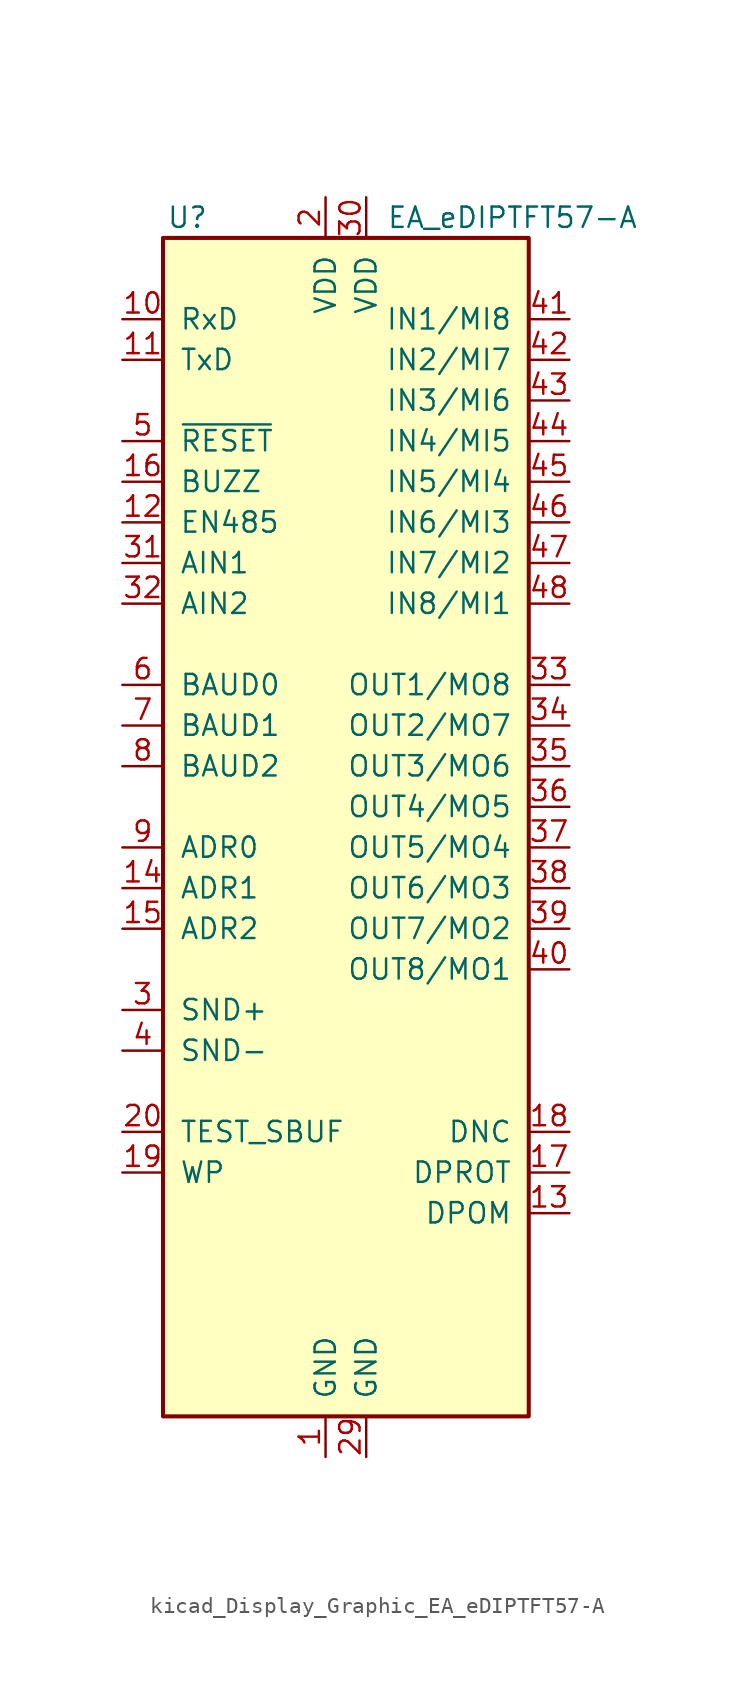
<source format=kicad_sym>
(kicad_symbol_lib
  (version 20220914)
  (generator kicad_symbol_editor)
  (symbol "kicad_Display_Graphic_EA_eDIPTFT57-A"
    (pin_names
      (offset 1.016))
    (property "Reference" "U"
      (at -8.636 36.83 0)
      (effects (font (size 1.27 1.27))))
    (property "Value" "EA_eDIPTFT57-A"
      (at 3.81 36.83 0)
      (effects (font (size 1.27 1.27)) (justify left)))
    (symbol "kicad_Display_Graphic_EA_eDIPTFT57-A_0_1"
      (rectangle (start -10.16 35.56) (end 12.7 -38.1) (stroke (width 0.254) (type default)) (fill (type background))))
    (symbol "kicad_Display_Graphic_EA_eDIPTFT57-A_1_1"
      (pin power_in line (at 0 -40.64 90) (length 2.54) (name "GND" (effects (font (size 1.27 1.27)))) (number "1" (effects (font (size 1.27 1.27)))))
      (pin input line (at -12.7 30.48 0) (length 2.54) (name "RxD" (effects (font (size 1.27 1.27)))) (number "10" (effects (font (size 1.27 1.27)))))
      (pin output line (at -12.7 27.94 0) (length 2.54) (name "TxD" (effects (font (size 1.27 1.27)))) (number "11" (effects (font (size 1.27 1.27)))))
      (pin output line (at -12.7 17.78 0) (length 2.54) (name "EN485" (effects (font (size 1.27 1.27)))) (number "12" (effects (font (size 1.27 1.27)))))
      (pin input line (at 15.24 -25.4 180) (length 2.54) (name "DPOM" (effects (font (size 1.27 1.27)))) (number "13" (effects (font (size 1.27 1.27)))))
      (pin input line (at -12.7 -5.08 0) (length 2.54) (name "ADR1" (effects (font (size 1.27 1.27)))) (number "14" (effects (font (size 1.27 1.27)))))
      (pin input line (at -12.7 -7.62 0) (length 2.54) (name "ADR2" (effects (font (size 1.27 1.27)))) (number "15" (effects (font (size 1.27 1.27)))))
      (pin output line (at -12.7 20.32 0) (length 2.54) (name "BUZZ" (effects (font (size 1.27 1.27)))) (number "16" (effects (font (size 1.27 1.27)))))
      (pin input line (at 15.24 -22.86 180) (length 2.54) (name "DPROT" (effects (font (size 1.27 1.27)))) (number "17" (effects (font (size 1.27 1.27)))))
      (pin output line (at 15.24 -20.32 180) (length 2.54) (name "DNC" (effects (font (size 1.27 1.27)))) (number "18" (effects (font (size 1.27 1.27)))))
      (pin input line (at -12.7 -22.86 0) (length 2.54) (name "WP" (effects (font (size 1.27 1.27)))) (number "19" (effects (font (size 1.27 1.27)))))
      (pin power_in line (at 0 38.1 270) (length 2.54) (name "VDD" (effects (font (size 1.27 1.27)))) (number "2" (effects (font (size 1.27 1.27)))))
      (pin bidirectional line (at -12.7 -20.32 0) (length 2.54) (name "TEST_SBUF" (effects (font (size 1.27 1.27)))) (number "20" (effects (font (size 1.27 1.27)))))
      (pin no_connect line (at -10.16 -27.94 0) (length 2.54) hide (name "NC" (effects (font (size 1.27 1.27)))) (number "21" (effects (font (size 1.27 1.27)))))
      (pin no_connect line (at -10.16 -30.48 0) (length 2.54) hide (name "NC" (effects (font (size 1.27 1.27)))) (number "22" (effects (font (size 1.27 1.27)))))
      (pin no_connect line (at -10.16 -33.02 0) (length 2.54) hide (name "NC" (effects (font (size 1.27 1.27)))) (number "23" (effects (font (size 1.27 1.27)))))
      (pin no_connect line (at -10.16 -35.56 0) (length 2.54) hide (name "NC" (effects (font (size 1.27 1.27)))) (number "24" (effects (font (size 1.27 1.27)))))
      (pin no_connect line (at 12.7 -35.56 180) (length 2.54) hide (name "NC" (effects (font (size 1.27 1.27)))) (number "25" (effects (font (size 1.27 1.27)))))
      (pin no_connect line (at 12.7 -33.02 180) (length 2.54) hide (name "NC" (effects (font (size 1.27 1.27)))) (number "26" (effects (font (size 1.27 1.27)))))
      (pin no_connect line (at 12.7 -30.48 180) (length 2.54) hide (name "NC" (effects (font (size 1.27 1.27)))) (number "27" (effects (font (size 1.27 1.27)))))
      (pin no_connect line (at 12.7 -27.94 180) (length 2.54) hide (name "NC" (effects (font (size 1.27 1.27)))) (number "28" (effects (font (size 1.27 1.27)))))
      (pin power_in line (at 2.54 -40.64 90) (length 2.54) (name "GND" (effects (font (size 1.27 1.27)))) (number "29" (effects (font (size 1.27 1.27)))))
      (pin output line (at -12.7 -12.7 0) (length 2.54) (name "SND+" (effects (font (size 1.27 1.27)))) (number "3" (effects (font (size 1.27 1.27)))))
      (pin power_in line (at 2.54 38.1 270) (length 2.54) (name "VDD" (effects (font (size 1.27 1.27)))) (number "30" (effects (font (size 1.27 1.27)))))
      (pin input line (at -12.7 15.24 0) (length 2.54) (name "AIN1" (effects (font (size 1.27 1.27)))) (number "31" (effects (font (size 1.27 1.27)))))
      (pin input line (at -12.7 12.7 0) (length 2.54) (name "AIN2" (effects (font (size 1.27 1.27)))) (number "32" (effects (font (size 1.27 1.27)))))
      (pin output line (at 15.24 7.62 180) (length 2.54) (name "OUT1/MO8" (effects (font (size 1.27 1.27)))) (number "33" (effects (font (size 1.27 1.27)))))
      (pin output line (at 15.24 5.08 180) (length 2.54) (name "OUT2/MO7" (effects (font (size 1.27 1.27)))) (number "34" (effects (font (size 1.27 1.27)))))
      (pin output line (at 15.24 2.54 180) (length 2.54) (name "OUT3/MO6" (effects (font (size 1.27 1.27)))) (number "35" (effects (font (size 1.27 1.27)))))
      (pin output line (at 15.24 0 180) (length 2.54) (name "OUT4/MO5" (effects (font (size 1.27 1.27)))) (number "36" (effects (font (size 1.27 1.27)))))
      (pin output line (at 15.24 -2.54 180) (length 2.54) (name "OUT5/MO4" (effects (font (size 1.27 1.27)))) (number "37" (effects (font (size 1.27 1.27)))))
      (pin output line (at 15.24 -5.08 180) (length 2.54) (name "OUT6/MO3" (effects (font (size 1.27 1.27)))) (number "38" (effects (font (size 1.27 1.27)))))
      (pin output line (at 15.24 -7.62 180) (length 2.54) (name "OUT7/MO2" (effects (font (size 1.27 1.27)))) (number "39" (effects (font (size 1.27 1.27)))))
      (pin input line (at -12.7 -15.24 0) (length 2.54) (name "SND-" (effects (font (size 1.27 1.27)))) (number "4" (effects (font (size 1.27 1.27)))))
      (pin output line (at 15.24 -10.16 180) (length 2.54) (name "OUT8/MO1" (effects (font (size 1.27 1.27)))) (number "40" (effects (font (size 1.27 1.27)))))
      (pin input line (at 15.24 30.48 180) (length 2.54) (name "IN1/MI8" (effects (font (size 1.27 1.27)))) (number "41" (effects (font (size 1.27 1.27)))))
      (pin input line (at 15.24 27.94 180) (length 2.54) (name "IN2/MI7" (effects (font (size 1.27 1.27)))) (number "42" (effects (font (size 1.27 1.27)))))
      (pin input line (at 15.24 25.4 180) (length 2.54) (name "IN3/MI6" (effects (font (size 1.27 1.27)))) (number "43" (effects (font (size 1.27 1.27)))))
      (pin input line (at 15.24 22.86 180) (length 2.54) (name "IN4/MI5" (effects (font (size 1.27 1.27)))) (number "44" (effects (font (size 1.27 1.27)))))
      (pin input line (at 15.24 20.32 180) (length 2.54) (name "IN5/MI4" (effects (font (size 1.27 1.27)))) (number "45" (effects (font (size 1.27 1.27)))))
      (pin input line (at 15.24 17.78 180) (length 2.54) (name "IN6/MI3" (effects (font (size 1.27 1.27)))) (number "46" (effects (font (size 1.27 1.27)))))
      (pin input line (at 15.24 15.24 180) (length 2.54) (name "IN7/MI2" (effects (font (size 1.27 1.27)))) (number "47" (effects (font (size 1.27 1.27)))))
      (pin input line (at 15.24 12.7 180) (length 2.54) (name "IN8/MI1" (effects (font (size 1.27 1.27)))) (number "48" (effects (font (size 1.27 1.27)))))
      (pin input line (at -12.7 22.86 0) (length 2.54) (name "~{RESET}" (effects (font (size 1.27 1.27)))) (number "5" (effects (font (size 1.27 1.27)))))
      (pin input line (at -12.7 7.62 0) (length 2.54) (name "BAUD0" (effects (font (size 1.27 1.27)))) (number "6" (effects (font (size 1.27 1.27)))))
      (pin input line (at -12.7 5.08 0) (length 2.54) (name "BAUD1" (effects (font (size 1.27 1.27)))) (number "7" (effects (font (size 1.27 1.27)))))
      (pin input line (at -12.7 2.54 0) (length 2.54) (name "BAUD2" (effects (font (size 1.27 1.27)))) (number "8" (effects (font (size 1.27 1.27)))))
      (pin input line (at -12.7 -2.54 0) (length 2.54) (name "ADR0" (effects (font (size 1.27 1.27)))) (number "9" (effects (font (size 1.27 1.27))))))))
</source>
